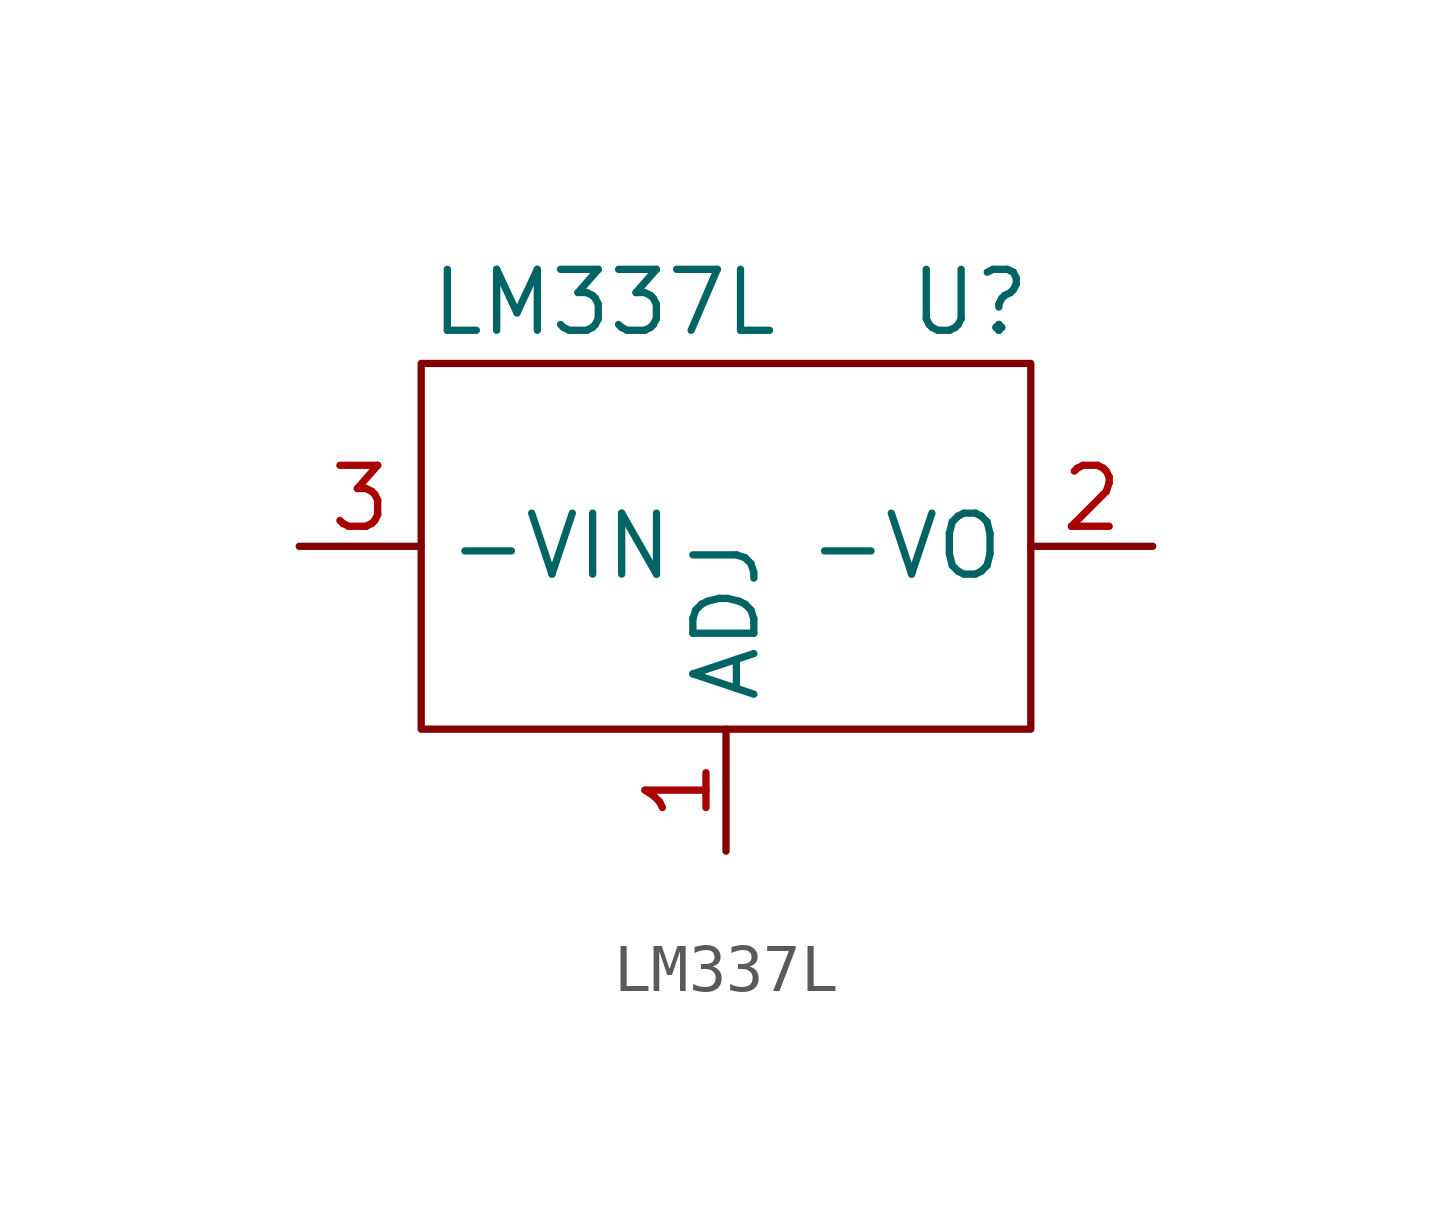
<source format=kicad_sym>
(kicad_symbol_lib
  (version 20211014)
  (generator kicad_symbol_editor)
  (symbol "LM337L"
    (property "Reference" "U"
      (at 11.43 1.27 0)
      (effects (font (size 1.27 1.27))))
    (property "Value" "LM337L"
      (at 3.81 1.27 0)
      (effects (font (size 1.27 1.27))))
    (symbol "LM337L_0_1"
      (rectangle (start 0 0) (end 12.7 -7.62) (stroke (width 0.152) (type default) (color 0 0 0 0)) (fill (type none))))
    (symbol "LM337L_1_1"
      (pin input line (at 6.35 -10.16 90) (length 2.54) (name "ADJ" (effects (font (size 1.27 1.27)))) (number "1" (effects (font (size 1.27 1.27)))))
      (pin power_out line (at 15.24 -3.81 180) (length 2.54) (name "-VO" (effects (font (size 1.27 1.27)))) (number "2" (effects (font (size 1.27 1.27)))))
      (pin power_in line (at -2.54 -3.81 0) (length 2.54) (name "-VIN" (effects (font (size 1.27 1.27)))) (number "3" (effects (font (size 1.27 1.27))))))))
</source>
